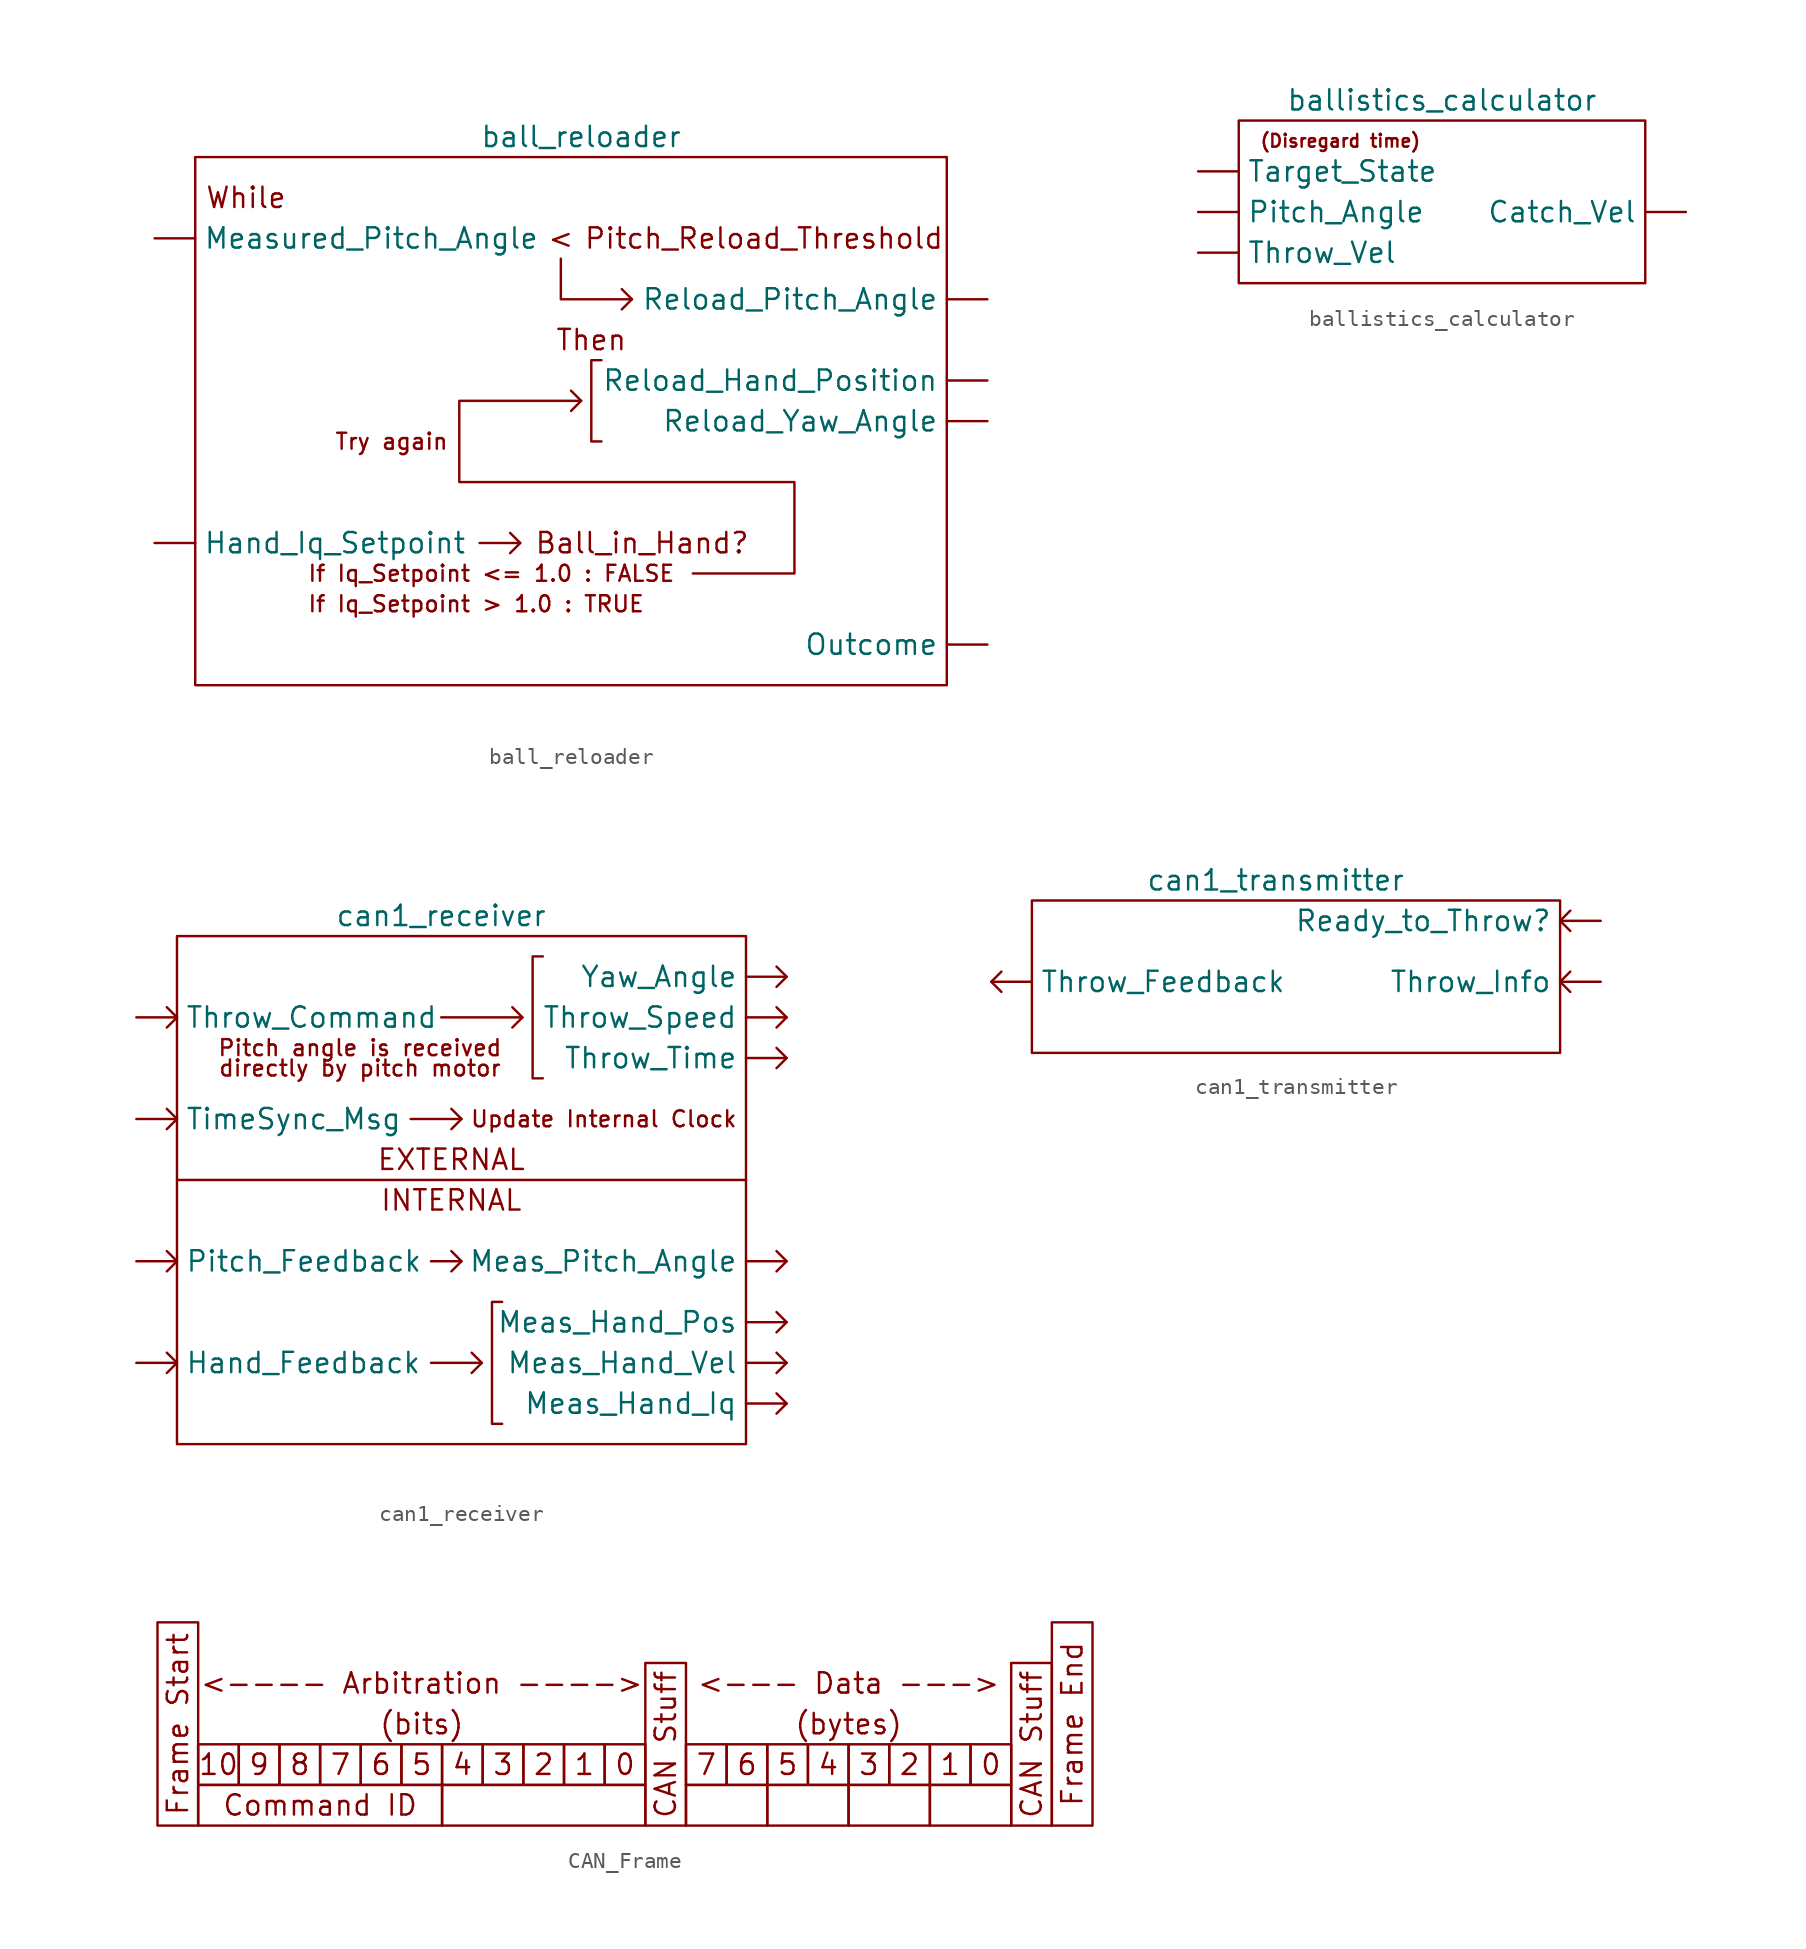
<source format=kicad_sym>
(kicad_symbol_lib
  (version 20211014)
  (generator kicad_symbol_editor)
  (symbol "ball_reloader"
    (property "Reference" "U"
      (at -13.97 24.13 0)
      (effects (font (size 1.27 1.27)) hide))
    (property "Value" "ball_reloader"
      (at 1.27 5.08 0)
      (effects (font (size 1.27 1.27))))
    (symbol "ball_reloader_0_0"
      (rectangle (start -22.86 3.81) (end 24.13 -29.21) (stroke (width 0) (type default) (color 0 0 0 0)) (fill (type none)))
      (polyline (pts (xy -5.08 -20.32) (xy -2.54 -20.32)) (stroke (width 0) (type default) (color 0 0 0 0)) (fill (type none)))
      (polyline (pts (xy -3.175 -19.685) (xy -2.54 -20.32) (xy -3.175 -20.955)) (stroke (width 0) (type default) (color 0 0 0 0)) (fill (type none)))
      (polyline (pts (xy 0.635 -10.795) (xy 1.27 -11.43) (xy 0.635 -12.065)) (stroke (width 0) (type default) (color 0 0 0 0)) (fill (type none)))
      (polyline (pts (xy 3.81 -4.445) (xy 4.445 -5.08) (xy 3.81 -5.715)) (stroke (width 0) (type default) (color 0 0 0 0)) (fill (type none)))
      (polyline (pts (xy 4.445 -5.08) (xy 0 -5.08) (xy 0 -2.54)) (stroke (width 0) (type default) (color 0 0 0 0)) (fill (type none)))
      (polyline (pts (xy 2.54 -8.89) (xy 1.905 -8.89) (xy 1.905 -13.97) (xy 2.54 -13.97)) (stroke (width 0) (type default) (color 0 0 0 0)) (fill (type none)))
      (polyline (pts (xy 8.255 -22.225) (xy 14.605 -22.225) (xy 14.605 -16.51) (xy -6.35 -16.51) (xy -6.35 -11.43) (xy 1.27 -11.43)) (stroke (width 0) (type default) (color 0 0 0 0)) (fill (type none)))
      (text "<" (at 0 -1.27 0) (effects (font (size 1.27 1.27))))
      (text "Ball_in_Hand?" (at 5.08 -20.32 0) (effects (font (size 1.27 1.27))))
      (text "If Iq_Setpoint <= 1.0 : FALSE" (at -15.875 -22.225 0) (effects (font (size 1 1)) (justify left)))
      (text "If Iq_Setpoint > 1.0 : TRUE" (at -15.875 -24.13 0) (effects (font (size 1 1)) (justify left)))
      (text "Pitch_Reload_Threshold" (at 12.7 -1.27 0) (effects (font (size 1.27 1.27))))
      (text "Then" (at 1.905 -7.62 0) (effects (font (size 1.27 1.27))))
      (text "Try again" (at -6.985 -13.97 0) (effects (font (size 1 1)) (justify right)))
      (text "While" (at -19.685 1.27 0) (effects (font (size 1.27 1.27)))))
    (symbol "ball_reloader_1_1"
      (pin input line (at -25.4 -20.32 0) (length 2.54) (name "Hand_Iq_Setpoint" (effects (font (size 1.27 1.27)))) (number "" (effects (font (size 1.27 1.27)))))
      (pin input line (at -25.4 -1.27 0) (length 2.54) (name "Measured_Pitch_Angle" (effects (font (size 1.27 1.27)))) (number "" (effects (font (size 1.27 1.27)))))
      (pin output line (at 26.67 -26.67 180) (length 2.54) (name "Outcome" (effects (font (size 1.27 1.27)))) (number "" (effects (font (size 1.27 1.27)))))
      (pin output line (at 26.67 -10.16 180) (length 2.54) (name "Reload_Hand_Position" (effects (font (size 1.27 1.27)))) (number "" (effects (font (size 1.27 1.27)))))
      (pin output line (at 26.67 -5.08 180) (length 2.54) (name "Reload_Pitch_Angle" (effects (font (size 1.27 1.27)))) (number "" (effects (font (size 1.27 1.27)))))
      (pin output line (at 26.67 -12.7 180) (length 2.54) (name "Reload_Yaw_Angle" (effects (font (size 1.27 1.27)))) (number "" (effects (font (size 1.27 1.27)))))))
  (symbol "ballistics_calculator"
    (property "Reference" "U"
      (at -10.16 12.7 0)
      (effects (font (size 1.27 1.27)) hide))
    (property "Value" "ballistics_calculator"
      (at 0 3.175 0)
      (effects (font (size 1.27 1.27))))
    (symbol "ballistics_calculator_0_0"
      (rectangle (start -12.7 1.905) (end 12.7 -8.255) (stroke (width 0) (type default) (color 0 0 0 0)) (fill (type none)))
      (text "(Disregard time)" (at -6.35 0.635 0) (effects (font (size 0.8 0.8)))))
    (symbol "ballistics_calculator_1_1"
      (pin output line (at 15.24 -3.81 180) (length 2.54) (name "Catch_Vel" (effects (font (size 1.27 1.27)))) (number "" (effects (font (size 1.27 1.27)))))
      (pin input line (at -15.24 -3.81 0) (length 2.54) (name "Pitch_Angle" (effects (font (size 1.27 1.27)))) (number "" (effects (font (size 1.27 1.27)))))
      (pin input line (at -15.24 -1.27 0) (length 2.54) (name "Target_State" (effects (font (size 1.27 1.27)))) (number "" (effects (font (size 1.27 1.27)))))
      (pin input line (at -15.24 -6.35 0) (length 2.54) (name "Throw_Vel" (effects (font (size 1.27 1.27)))) (number "" (effects (font (size 1.27 1.27)))))))
  (symbol "can1_receiver"
    (property "Reference" "U"
      (at -8.89 7.62 0)
      (effects (font (size 1.27 1.27)) hide))
    (property "Value" "can1_receiver"
      (at 1.27 2.54 0)
      (effects (font (size 1.27 1.27))))
    (symbol "can1_receiver_0_0"
      (rectangle (start -15.24 1.27) (end 20.32 -30.48) (stroke (width 0) (type default) (color 0 0 0 0)) (fill (type none)))
      (polyline (pts (xy -15.24 -13.97) (xy 20.32 -13.97)) (stroke (width 0) (type default) (color 0 0 0 0)) (fill (type none)))
      (polyline (pts (xy -0.635 -10.16) (xy 2.54 -10.16)) (stroke (width 0) (type default) (color 0 0 0 0)) (fill (type none)))
      (polyline (pts (xy 0.635 -25.4) (xy 3.81 -25.4)) (stroke (width 0) (type default) (color 0 0 0 0)) (fill (type none)))
      (polyline (pts (xy 0.635 -19.05) (xy 2.54 -19.05)) (stroke (width 0) (type default) (color 0 0 0 0)) (fill (type none)))
      (polyline (pts (xy 1.27 -3.81) (xy 6.35 -3.81)) (stroke (width 0) (type default) (color 0 0 0 0)) (fill (type none)))
      (polyline (pts (xy -15.875 -26.035) (xy -15.24 -25.4) (xy -15.875 -24.765)) (stroke (width 0) (type default) (color 0 0 0 0)) (fill (type none)))
      (polyline (pts (xy -15.875 -19.685) (xy -15.24 -19.05) (xy -15.875 -18.415)) (stroke (width 0) (type default) (color 0 0 0 0)) (fill (type none)))
      (polyline (pts (xy -15.875 -10.795) (xy -15.24 -10.16) (xy -15.875 -9.525)) (stroke (width 0) (type default) (color 0 0 0 0)) (fill (type none)))
      (polyline (pts (xy -15.875 -4.445) (xy -15.24 -3.81) (xy -15.875 -3.175)) (stroke (width 0) (type default) (color 0 0 0 0)) (fill (type none)))
      (polyline (pts (xy 1.905 -18.415) (xy 2.54 -19.05) (xy 1.905 -19.685)) (stroke (width 0) (type default) (color 0 0 0 0)) (fill (type none)))
      (polyline (pts (xy 1.905 -9.525) (xy 2.54 -10.16) (xy 1.905 -10.795)) (stroke (width 0) (type default) (color 0 0 0 0)) (fill (type none)))
      (polyline (pts (xy 3.175 -24.765) (xy 3.81 -25.4) (xy 3.175 -26.035)) (stroke (width 0) (type default) (color 0 0 0 0)) (fill (type none)))
      (polyline (pts (xy 5.715 -3.175) (xy 6.35 -3.81) (xy 5.715 -4.445)) (stroke (width 0) (type default) (color 0 0 0 0)) (fill (type none)))
      (polyline (pts (xy 22.225 -27.305) (xy 22.86 -27.94) (xy 22.225 -28.575)) (stroke (width 0) (type default) (color 0 0 0 0)) (fill (type none)))
      (polyline (pts (xy 22.225 -24.765) (xy 22.86 -25.4) (xy 22.225 -26.035)) (stroke (width 0) (type default) (color 0 0 0 0)) (fill (type none)))
      (polyline (pts (xy 22.225 -22.225) (xy 22.86 -22.86) (xy 22.225 -23.495)) (stroke (width 0) (type default) (color 0 0 0 0)) (fill (type none)))
      (polyline (pts (xy 22.225 -18.415) (xy 22.86 -19.05) (xy 22.225 -19.685)) (stroke (width 0) (type default) (color 0 0 0 0)) (fill (type none)))
      (polyline (pts (xy 22.225 -5.715) (xy 22.86 -6.35) (xy 22.225 -6.985)) (stroke (width 0) (type default) (color 0 0 0 0)) (fill (type none)))
      (polyline (pts (xy 22.225 -3.175) (xy 22.86 -3.81) (xy 22.225 -4.445)) (stroke (width 0) (type default) (color 0 0 0 0)) (fill (type none)))
      (polyline (pts (xy 22.225 -0.635) (xy 22.86 -1.27) (xy 22.225 -1.905)) (stroke (width 0) (type default) (color 0 0 0 0)) (fill (type none)))
      (polyline (pts (xy 5.08 -21.59) (xy 4.445 -21.59) (xy 4.445 -29.21) (xy 5.08 -29.21)) (stroke (width 0) (type default) (color 0 0 0 0)) (fill (type none)))
      (polyline (pts (xy 7.62 0) (xy 6.985 0) (xy 6.985 -7.62) (xy 7.62 -7.62)) (stroke (width 0) (type default) (color 0 0 0 0)) (fill (type none)))
      (text "directly by pitch motor" (at -3.81 -6.985 0) (effects (font (size 1 1))))
      (text "EXTERNAL" (at 1.905 -12.7 0) (effects (font (size 1.27 1.27))))
      (text "INTERNAL" (at 1.905 -15.24 0) (effects (font (size 1.27 1.27))))
      (text "Pitch angle is received" (at -3.81 -5.715 0) (effects (font (size 1 1))))
      (text "Update Internal Clock" (at 11.43 -10.16 0) (effects (font (size 1 1)))))
    (symbol "can1_receiver_1_1"
      (pin input line (at -17.78 -25.4 0) (length 2.54) (name "Hand_Feedback" (effects (font (size 1.27 1.27)))) (number "" (effects (font (size 1.27 1.27)))))
      (pin output line (at 22.86 -27.94 180) (length 2.54) (name "Meas_Hand_Iq" (effects (font (size 1.27 1.27)))) (number "" (effects (font (size 1.27 1.27)))))
      (pin output line (at 22.86 -22.86 180) (length 2.54) (name "Meas_Hand_Pos" (effects (font (size 1.27 1.27)))) (number "" (effects (font (size 1.27 1.27)))))
      (pin output line (at 22.86 -25.4 180) (length 2.54) (name "Meas_Hand_Vel" (effects (font (size 1.27 1.27)))) (number "" (effects (font (size 1.27 1.27)))))
      (pin output line (at 22.86 -19.05 180) (length 2.54) (name "Meas_Pitch_Angle" (effects (font (size 1.27 1.27)))) (number "" (effects (font (size 1.27 1.27)))))
      (pin input line (at -17.78 -19.05 0) (length 2.54) (name "Pitch_Feedback" (effects (font (size 1.27 1.27)))) (number "" (effects (font (size 1.27 1.27)))))
      (pin input line (at -17.78 -3.81 0) (length 2.54) (name "Throw_Command" (effects (font (size 1.27 1.27)))) (number "" (effects (font (size 1.27 1.27)))))
      (pin output line (at 22.86 -3.81 180) (length 2.54) (name "Throw_Speed" (effects (font (size 1.27 1.27)))) (number "" (effects (font (size 1.27 1.27)))))
      (pin output line (at 22.86 -6.35 180) (length 2.54) (name "Throw_Time" (effects (font (size 1.27 1.27)))) (number "" (effects (font (size 1.27 1.27)))))
      (pin input line (at -17.78 -10.16 0) (length 2.54) (name "TimeSync_Msg" (effects (font (size 1.27 1.27)))) (number "" (effects (font (size 1.27 1.27)))))
      (pin output line (at 22.86 -1.27 180) (length 2.54) (name "Yaw_Angle" (effects (font (size 1.27 1.27)))) (number "" (effects (font (size 1.27 1.27)))))))
  (symbol "can1_transmitter"
    (property "Reference" "U"
      (at -8.89 7.62 0)
      (effects (font (size 1.27 1.27)) hide))
    (property "Value" "can1_transmitter"
      (at 1.27 5.08 0)
      (effects (font (size 1.27 1.27))))
    (symbol "can1_transmitter_0_0"
      (rectangle (start -13.97 3.81) (end 19.05 -5.715) (stroke (width 0) (type default) (color 0 0 0 0)) (fill (type none)))
      (polyline (pts (xy -15.875 -0.635) (xy -16.51 -1.27) (xy -15.875 -1.905)) (stroke (width 0) (type default) (color 0 0 0 0)) (fill (type none)))
      (polyline (pts (xy 19.685 -0.635) (xy 19.05 -1.27) (xy 19.685 -1.905)) (stroke (width 0) (type default) (color 0 0 0 0)) (fill (type none)))
      (polyline (pts (xy 19.685 3.175) (xy 19.05 2.54) (xy 19.685 1.905)) (stroke (width 0) (type default) (color 0 0 0 0)) (fill (type none))))
    (symbol "can1_transmitter_1_1"
      (pin input line (at 21.59 2.54 180) (length 2.54) (name "Ready_to_Throw?" (effects (font (size 1.27 1.27)))) (number "" (effects (font (size 1.27 1.27)))))
      (pin output line (at -16.51 -1.27 0) (length 2.54) (name "Throw_Feedback" (effects (font (size 1.27 1.27)))) (number "" (effects (font (size 1.27 1.27)))))
      (pin input line (at 21.59 -1.27 180) (length 2.54) (name "Throw_Info" (effects (font (size 1.27 1.27)))) (number "" (effects (font (size 1.27 1.27)))))))
  (symbol "CAN_Frame"
    (property "Reference" "U"
      (at -7.62 11.43 0)
      (effects (font (size 1.27 1.27)) hide))
    (symbol "CAN_Frame_0_0"
      (rectangle (start -30.48 7.62) (end -27.94 -5.08) (stroke (width 0) (type default) (color 0 0 0 0)) (fill (type none)))
      (rectangle (start 0 -5.08) (end 2.54 5.08) (stroke (width 0) (type default) (color 0 0 0 0)) (fill (type none)))
      (rectangle (start 2.54 -5.08) (end 7.62 -2.54) (stroke (width 0) (type default) (color 0 0 0 0)) (fill (type none)))
      (rectangle (start 2.54 0) (end 5.08 -2.54) (stroke (width 0) (type default) (color 0 0 0 0)) (fill (type none)))
      (rectangle (start 5.08 0) (end 7.62 -2.54) (stroke (width 0) (type default) (color 0 0 0 0)) (fill (type none)))
      (rectangle (start 7.62 -2.54) (end 12.7 -5.08) (stroke (width 0) (type default) (color 0 0 0 0)) (fill (type none)))
      (rectangle (start 7.62 0) (end 10.16 -2.54) (stroke (width 0) (type default) (color 0 0 0 0)) (fill (type none)))
      (rectangle (start 10.16 0) (end 12.7 -2.54) (stroke (width 0) (type default) (color 0 0 0 0)) (fill (type none)))
      (rectangle (start 12.7 -5.08) (end 17.78 -2.54) (stroke (width 0) (type default) (color 0 0 0 0)) (fill (type none)))
      (rectangle (start 12.7 0) (end 15.24 -2.54) (stroke (width 0) (type default) (color 0 0 0 0)) (fill (type none)))
      (rectangle (start 15.24 0) (end 17.78 -2.54) (stroke (width 0) (type default) (color 0 0 0 0)) (fill (type none)))
      (rectangle (start 17.78 -5.08) (end 22.86 -2.54) (stroke (width 0) (type default) (color 0 0 0 0)) (fill (type none)))
      (rectangle (start 17.78 0) (end 20.32 -2.54) (stroke (width 0) (type default) (color 0 0 0 0)) (fill (type none)))
      (rectangle (start 20.32 0) (end 22.86 -2.54) (stroke (width 0) (type default) (color 0 0 0 0)) (fill (type none)))
      (rectangle (start 22.86 5.08) (end 25.4 -5.08) (stroke (width 0) (type default) (color 0 0 0 0)) (fill (type none)))
      (rectangle (start 25.4 7.62) (end 27.94 -5.08) (stroke (width 0) (type default) (color 0 0 0 0)) (fill (type none)))
      (text "(bits)" (at -13.97 1.27 0) (effects (font (size 1.27 1.27))))
      (text "(bytes)" (at 12.7 1.27 0) (effects (font (size 1.27 1.27))))
      (text "0" (at -1.27 -1.27 0) (effects (font (size 1.27 1.27))))
      (text "0" (at 21.59 -1.27 0) (effects (font (size 1.27 1.27))))
      (text "1" (at -3.81 -1.27 0) (effects (font (size 1.27 1.27))))
      (text "1" (at 19.05 -1.27 0) (effects (font (size 1.27 1.27))))
      (text "10" (at -26.67 -1.27 0) (effects (font (size 1.27 1.27))))
      (text "2" (at -6.35 -1.27 0) (effects (font (size 1.27 1.27))))
      (text "2" (at 16.51 -1.27 0) (effects (font (size 1.27 1.27))))
      (text "3" (at -8.89 -1.27 0) (effects (font (size 1.27 1.27))))
      (text "3" (at 13.97 -1.27 0) (effects (font (size 1.27 1.27))))
      (text "4" (at -11.43 -1.27 0) (effects (font (size 1.27 1.27))))
      (text "4" (at 11.43 -1.27 0) (effects (font (size 1.27 1.27))))
      (text "5" (at -13.97 -1.27 0) (effects (font (size 1.27 1.27))))
      (text "5" (at 8.89 -1.27 0) (effects (font (size 1.27 1.27))))
      (text "6" (at -16.51 -1.27 0) (effects (font (size 1.27 1.27))))
      (text "6" (at 6.35 -1.27 0) (effects (font (size 1.27 1.27))))
      (text "7" (at -19.05 -1.27 0) (effects (font (size 1.27 1.27))))
      (text "7" (at 3.81 -1.27 0) (effects (font (size 1.27 1.27))))
      (text "8" (at -21.59 -1.27 0) (effects (font (size 1.27 1.27))))
      (text "9" (at -24.13 -1.27 0) (effects (font (size 1.27 1.27))))
      (text "<--- Data --->" (at 12.7 3.81 0) (effects (font (size 1.27 1.27))))
      (text "<---- Arbitration ---->" (at -13.97 3.81 0) (effects (font (size 1.27 1.27))))
      (text "CAN Stuff" (at 1.27 0 900) (effects (font (size 1.27 1.27))))
      (text "CAN Stuff" (at 24.13 0 900) (effects (font (size 1.27 1.27))))
      (text "Command ID" (at -20.32 -3.81 0) (effects (font (size 1.27 1.27))))
      (text "Frame End" (at 26.67 1.27 900) (effects (font (size 1.27 1.27))))
      (text "Frame Start" (at -29.21 1.27 900) (effects (font (size 1.27 1.27)))))
    (symbol "CAN_Frame_0_1"
      (rectangle (start -27.94 -2.54) (end -12.7 -5.08) (stroke (width 0) (type default) (color 0 0 0 0)) (fill (type none)))
      (rectangle (start -27.94 0) (end -25.4 -2.54) (stroke (width 0) (type default) (color 0 0 0 0)) (fill (type none)))
      (rectangle (start -25.4 0) (end -22.86 -2.54) (stroke (width 0) (type default) (color 0 0 0 0)) (fill (type none)))
      (rectangle (start -22.86 0) (end -20.32 -2.54) (stroke (width 0) (type default) (color 0 0 0 0)) (fill (type none)))
      (rectangle (start -20.32 0) (end -17.78 -2.54) (stroke (width 0) (type default) (color 0 0 0 0)) (fill (type none)))
      (rectangle (start -17.78 0) (end -15.24 -2.54) (stroke (width 0) (type default) (color 0 0 0 0)) (fill (type none)))
      (rectangle (start -15.24 0) (end -12.7 -2.54) (stroke (width 0) (type default) (color 0 0 0 0)) (fill (type none)))
      (rectangle (start -12.7 -2.54) (end 0 -5.08) (stroke (width 0) (type default) (color 0 0 0 0)) (fill (type none)))
      (rectangle (start -12.7 0) (end -10.16 -2.54) (stroke (width 0) (type default) (color 0 0 0 0)) (fill (type none)))
      (rectangle (start -10.16 0) (end -7.62 -2.54) (stroke (width 0) (type default) (color 0 0 0 0)) (fill (type none)))
      (rectangle (start -7.62 0) (end -5.08 -2.54) (stroke (width 0) (type default) (color 0 0 0 0)) (fill (type none)))
      (rectangle (start -5.08 0) (end -2.54 -2.54) (stroke (width 0) (type default) (color 0 0 0 0)) (fill (type none)))
      (rectangle (start -2.54 0) (end 0 -2.54) (stroke (width 0) (type default) (color 0 0 0 0)) (fill (type none))))))
</source>
